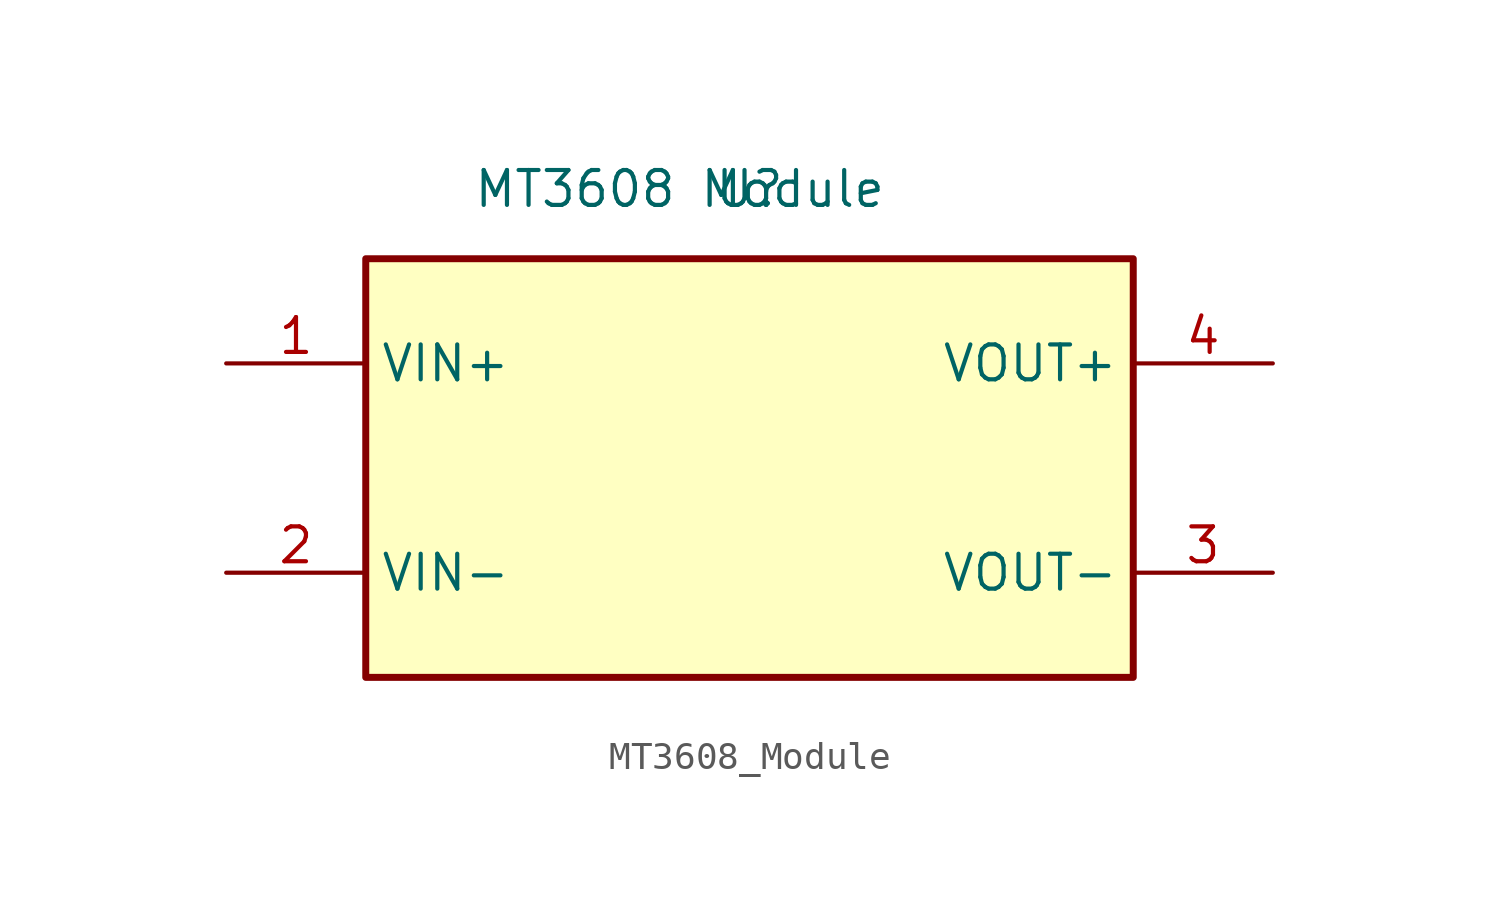
<source format=kicad_sym>
(kicad_symbol_lib
  (version 20220914)
  (generator kicad_symbol_editor)
  (symbol "MT3608_Module"
    (property "Reference" "U"
      (at 13.97 2.54 0)
      (effects (font (size 1.27 1.27))))
    (property "Value" "MT3608 Module"
      (at 11.43 2.54 0)
      (effects (font (size 1.27 1.27))))
    (symbol "MT3608_Module_1_0"
      (pin input line (at -5.08 -3.81 0) (length 5.08) (name "VIN+" (effects (font (size 1.27 1.27)))) (number "1" (effects (font (size 1.27 1.27)))))
      (pin input line (at -5.08 -11.43 0) (length 5.08) (name "VIN-" (effects (font (size 1.27 1.27)))) (number "2" (effects (font (size 1.27 1.27)))))
      (pin output line (at 33.02 -11.43 180) (length 5.08) (name "VOUT-" (effects (font (size 1.27 1.27)))) (number "3" (effects (font (size 1.27 1.27)))))
      (pin output line (at 33.02 -3.81 180) (length 5.08) (name "VOUT+" (effects (font (size 1.27 1.27)))) (number "4" (effects (font (size 1.27 1.27))))))
    (symbol "MT3608_Module_1_1"
      (rectangle (start 0 0) (end 27.94 -15.24) (stroke (width 0.254) (type default)) (fill (type background))))))
</source>
